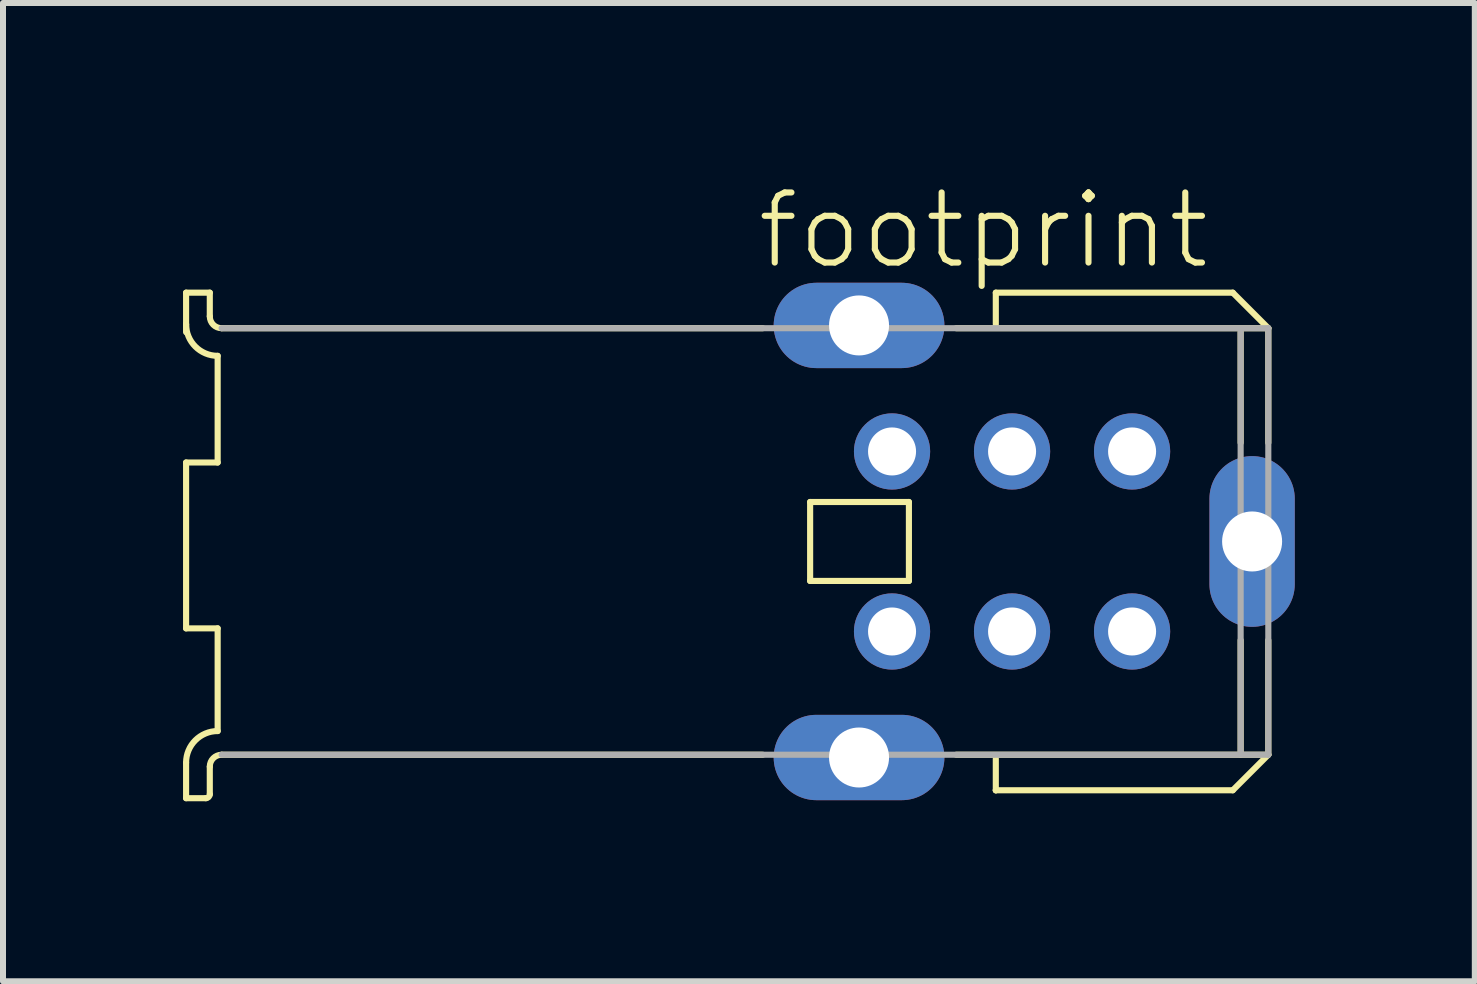
<source format=kicad_pcb>
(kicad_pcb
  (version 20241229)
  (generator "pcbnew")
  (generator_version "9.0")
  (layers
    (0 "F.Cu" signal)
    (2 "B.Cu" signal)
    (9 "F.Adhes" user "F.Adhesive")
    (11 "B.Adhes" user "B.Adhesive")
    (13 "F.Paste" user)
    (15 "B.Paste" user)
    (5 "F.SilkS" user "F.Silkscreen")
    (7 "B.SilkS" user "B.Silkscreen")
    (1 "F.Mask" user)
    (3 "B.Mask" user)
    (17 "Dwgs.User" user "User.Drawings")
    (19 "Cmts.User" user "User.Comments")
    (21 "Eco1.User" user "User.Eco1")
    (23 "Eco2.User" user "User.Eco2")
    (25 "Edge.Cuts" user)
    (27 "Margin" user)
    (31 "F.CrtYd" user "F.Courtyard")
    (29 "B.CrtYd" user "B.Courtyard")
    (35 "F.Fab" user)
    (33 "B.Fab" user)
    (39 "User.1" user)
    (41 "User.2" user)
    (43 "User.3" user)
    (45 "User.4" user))
  (footprint "footprint"
    (layer "F.Cu")
    (at 8.015 5.973)
    (property "Reference" "footprint" (at 1.5 -4.5 0) (layer "F.SilkS") (effects (font (size 1.168 1.168) (thickness 0.102)) (justify left bottom)))
    (fp_line (start -7.964 -4.146) (end -7.964 -3.62) (stroke (width 0.102) (type solid)) (layer "F.SilkS"))
    (fp_line (start -7.964 -3.62) (end -7.964 -3.488) (stroke (width 0.102) (type solid)) (layer "F.SilkS"))
    (fp_line (start -7.964 -1.316) (end -7.964 1.448) (stroke (width 0.102) (type solid)) (layer "F.SilkS"))
    (fp_line (start -7.964 1.448) (end -7.438 1.448) (stroke (width 0.102) (type solid)) (layer "F.SilkS"))
    (fp_line (start -7.964 3.686) (end -7.964 4.278) (stroke (width 0.102) (type solid)) (layer "F.SilkS"))
    (fp_line (start -7.964 4.278) (end -7.635 4.278) (stroke (width 0.102) (type solid)) (layer "F.SilkS"))
    (fp_line (start -7.569 -4.146) (end -7.964 -4.146) (stroke (width 0.102) (type solid)) (layer "F.SilkS"))
    (fp_line (start -7.569 -3.752) (end -7.569 -4.146) (stroke (width 0.102) (type solid)) (layer "F.SilkS"))
    (fp_line (start -7.569 4.212) (end -7.569 3.752) (stroke (width 0.102) (type solid)) (layer "F.SilkS"))
    (fp_line (start -7.438 -3.093) (end -7.438 -1.316) (stroke (width 0.102) (type solid)) (layer "F.SilkS"))
    (fp_line (start -7.438 -1.316) (end -7.964 -1.316) (stroke (width 0.102) (type solid)) (layer "F.SilkS"))
    (fp_line (start -7.438 1.448) (end -7.438 3.159) (stroke (width 0.102) (type solid)) (layer "F.SilkS"))
    (fp_line (start -7.372 3.554) (end 1.645 3.554) (stroke (width 0.102) (type solid)) (layer "F.SilkS"))
    (fp_line (start 1.645 -3.554) (end -7.372 -3.554) (stroke (width 0.102) (type solid)) (layer "F.SilkS"))
    (fp_line (start 2.435 -0.658) (end 2.435 0.658) (stroke (width 0.102) (type solid)) (layer "F.SilkS"))
    (fp_line (start 2.435 0.658) (end 4.081 0.658) (stroke (width 0.102) (type solid)) (layer "F.SilkS"))
    (fp_line (start 4.081 -0.658) (end 2.435 -0.658) (stroke (width 0.102) (type solid)) (layer "F.SilkS"))
    (fp_line (start 4.081 0.658) (end 4.081 -0.658) (stroke (width 0.102) (type solid)) (layer "F.SilkS"))
    (fp_line (start 4.87 3.554) (end 10.07 3.554) (stroke (width 0.102) (type solid)) (layer "F.SilkS"))
    (fp_line (start 5.529 -4.146) (end 9.478 -4.146) (stroke (width 0.102) (type solid)) (layer "F.SilkS"))
    (fp_line (start 5.529 -3.62) (end 5.529 -4.146) (stroke (width 0.102) (type solid)) (layer "F.SilkS"))
    (fp_line (start 5.529 4.146) (end 5.529 3.62) (stroke (width 0.102) (type solid)) (layer "F.SilkS"))
    (fp_line (start 5.529 4.146) (end 9.478 4.146) (stroke (width 0.102) (type solid)) (layer "F.SilkS"))
    (fp_line (start 5.529 4.147) (end 5.529 4.146) (stroke (width 0.102) (type solid)) (layer "F.SilkS"))
    (fp_line (start 9.478 -4.146) (end 10.07 -3.554) (stroke (width 0.102) (type solid)) (layer "F.SilkS"))
    (fp_line (start 9.478 4.146) (end 10.07 3.554) (stroke (width 0.102) (type solid)) (layer "F.SilkS"))
    (fp_line (start 9.609 -3.488) (end 9.609 -1.645) (stroke (width 0.102) (type solid)) (layer "F.SilkS"))
    (fp_line (start 9.609 1.645) (end 9.609 3.554) (stroke (width 0.102) (type solid)) (layer "F.SilkS"))
    (fp_line (start 10.07 -3.554) (end 4.87 -3.554) (stroke (width 0.102) (type solid)) (layer "F.SilkS"))
    (fp_line (start 10.07 -1.645) (end 10.07 -3.554) (stroke (width 0.102) (type solid)) (layer "F.SilkS"))
    (fp_line (start 10.07 3.554) (end 10.07 1.645) (stroke (width 0.102) (type solid)) (layer "F.SilkS"))
    (fp_arc (start -7.964 3.6858) (mid -7.809792 3.313508) (end -7.4375 3.1593) (stroke (width 0.1016) (type solid)) (layer "F.SilkS"))
    (fp_arc (start -7.5691 3.7516) (mid -7.511283 3.612017) (end -7.3717 3.5542) (stroke (width 0.1016) (type solid)) (layer "F.SilkS"))
    (fp_arc (start -7.5691 4.2124) (mid -7.588372 4.258928) (end -7.6349 4.2782) (stroke (width 0.1016) (type solid)) (layer "F.SilkS"))
    (fp_arc (start -7.4375 -3.0934) (mid -7.809792 -3.247608) (end -7.964 -3.6199) (stroke (width 0.1016) (type solid)) (layer "F.SilkS"))
    (fp_arc (start -7.3717 -3.5542) (mid -7.511283 -3.612017) (end -7.5691 -3.7516) (stroke (width 0.1016) (type solid)) (layer "F.SilkS"))
    (fp_line (start -7.372 3.554) (end 10.07 3.554) (stroke (width 0.102) (type solid)) (layer "F.Fab"))
    (fp_line (start 9.609 -3.488) (end 9.609 3.488) (stroke (width 0.102) (type solid)) (layer "F.Fab"))
    (fp_line (start 10.07 -3.554) (end -7.372 -3.554) (stroke (width 0.102) (type solid)) (layer "F.Fab"))
    (fp_line (start 10.07 3.554) (end 10.07 -3.554) (stroke (width 0.102) (type solid)) (layer "F.Fab"))
    (pad "1" thru_hole circle (at 7.8 -1.5) (size 1.27 1.27) (drill 0.8) (layers "*.Cu" "*.Mask"))
    (pad "2" thru_hole circle (at 7.8 1.5) (size 1.27 1.27) (drill 0.8) (layers "*.Cu" "*.Mask"))
    (pad "3" thru_hole circle (at 5.8 -1.5) (size 1.27 1.27) (drill 0.8) (layers "*.Cu" "*.Mask"))
    (pad "4" thru_hole circle (at 5.8 1.5) (size 1.27 1.27) (drill 0.8) (layers "*.Cu" "*.Mask"))
    (pad "5" thru_hole circle (at 3.8 -1.5) (size 1.27 1.27) (drill 0.8) (layers "*.Cu" "*.Mask"))
    (pad "6" thru_hole circle (at 3.8 1.5) (size 1.27 1.27) (drill 0.8) (layers "*.Cu" "*.Mask"))
    (pad "M1" thru_hole oval (at 9.8 0 90) (size 2.845 1.422) (drill 1) (layers "*.Cu" "*.Mask"))
    (pad "M2" thru_hole oval (at 3.25 -3.6) (size 2.845 1.422) (drill 1) (layers "*.Cu" "*.Mask"))
    (pad "M3" thru_hole oval (at 3.25 3.6) (size 2.845 1.422) (drill 1) (layers "*.Cu" "*.Mask")))
  (gr_rect
    (start -3 -3)
    (end 21.526 13.302)
    (stroke (width 0.1) (type default))
    (fill no)
    (layer "Edge.Cuts")))
</source>
